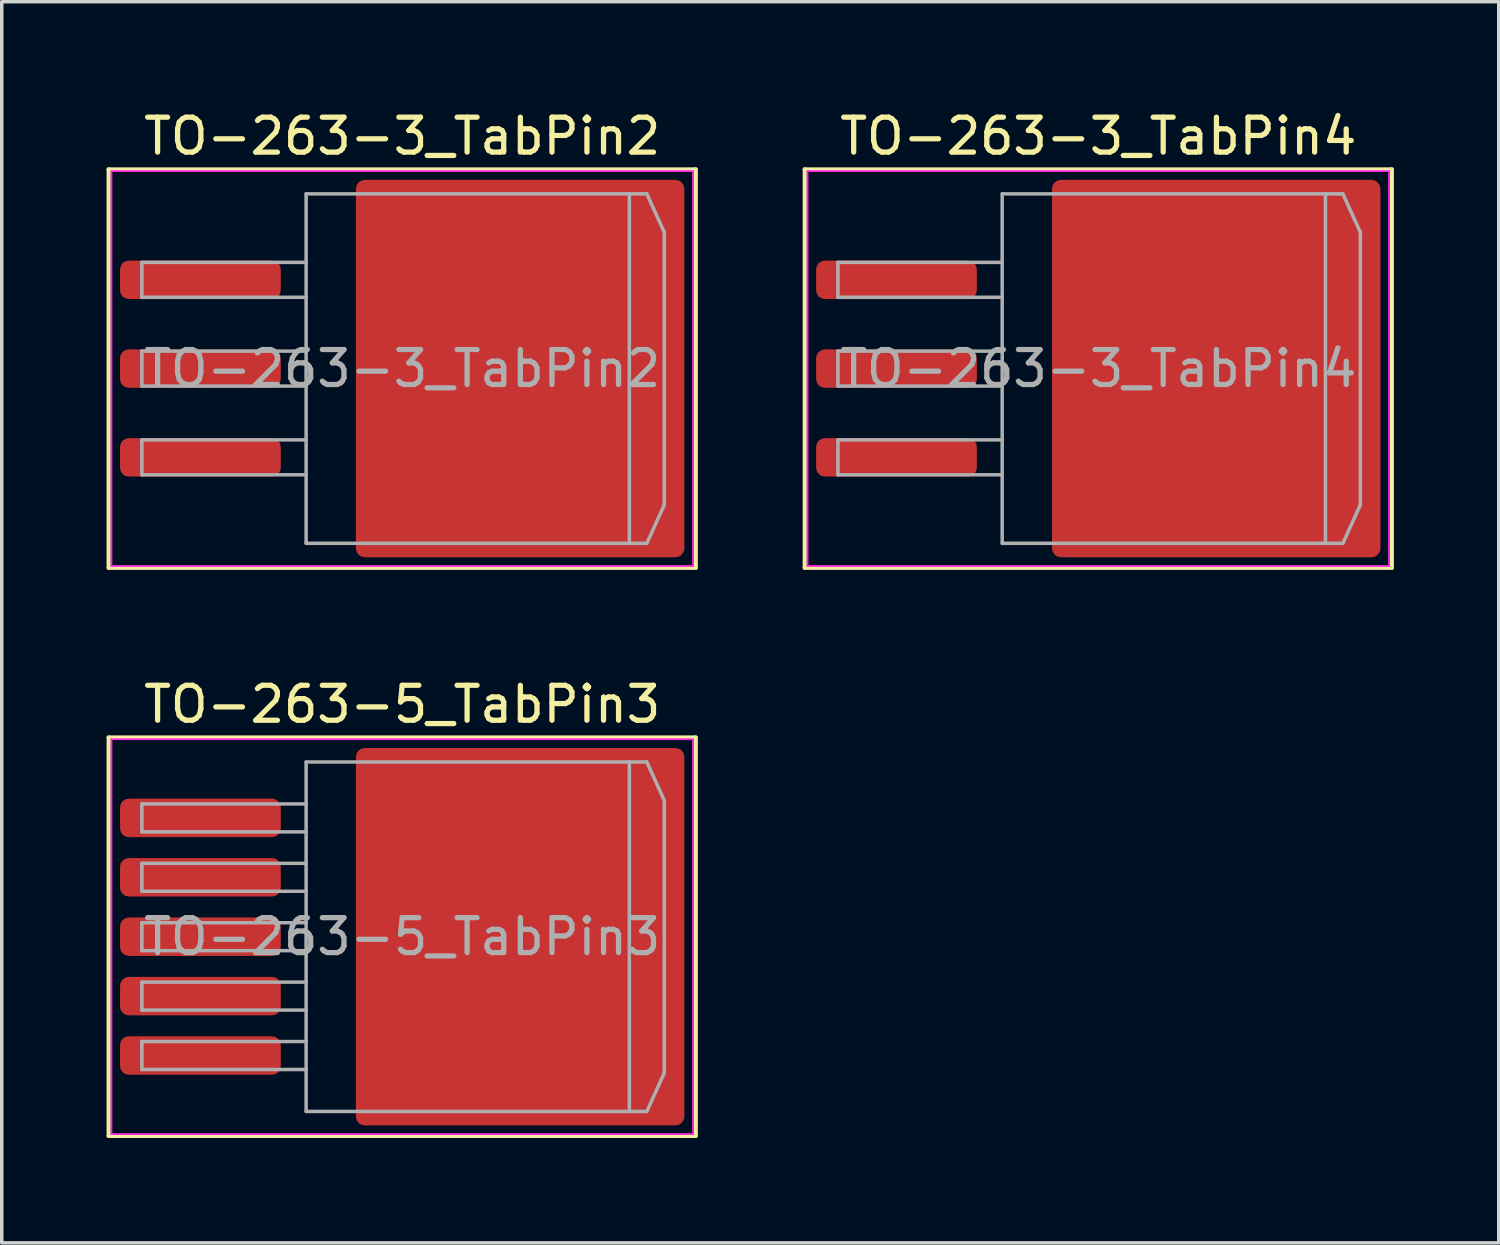
<source format=kicad_pcb>
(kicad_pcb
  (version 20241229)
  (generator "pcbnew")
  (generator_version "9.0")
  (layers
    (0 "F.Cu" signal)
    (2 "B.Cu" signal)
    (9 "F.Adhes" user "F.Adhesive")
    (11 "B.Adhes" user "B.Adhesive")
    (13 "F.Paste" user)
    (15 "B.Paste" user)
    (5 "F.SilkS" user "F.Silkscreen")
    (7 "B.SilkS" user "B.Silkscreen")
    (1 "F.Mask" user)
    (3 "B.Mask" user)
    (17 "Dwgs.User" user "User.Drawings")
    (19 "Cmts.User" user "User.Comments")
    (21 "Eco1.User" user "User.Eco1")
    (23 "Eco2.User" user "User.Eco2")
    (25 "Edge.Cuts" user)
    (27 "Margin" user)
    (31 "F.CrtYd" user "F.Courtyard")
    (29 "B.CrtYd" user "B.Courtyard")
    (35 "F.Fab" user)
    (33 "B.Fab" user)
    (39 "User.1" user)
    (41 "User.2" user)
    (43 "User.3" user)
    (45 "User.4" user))
  (footprint "TO-263-3_TabPin2"
    (layer "F.Cu")
    (at 8.46 7.498)
    (property "Reference" "TO-263-3_TabPin2" (at 0 -6.65 0) (layer "F.SilkS") (effects (font (size 1 1) (thickness 0.15))))
    (attr smd)
    (fp_line (start -8.4 -5.7) (end -8.4 5.7) (stroke (width 0.12) (type solid)) (layer "F.SilkS"))
    (fp_line (start -8.4 5.7) (end 8.4 5.7) (stroke (width 0.12) (type solid)) (layer "F.SilkS"))
    (fp_line (start 8.4 -5.7) (end -8.4 -5.7) (stroke (width 0.12) (type solid)) (layer "F.SilkS"))
    (fp_line (start 8.4 5.7) (end 8.4 -5.7) (stroke (width 0.12) (type solid)) (layer "F.SilkS"))
    (fp_line (start -8.32 -5.65) (end -8.32 5.65) (stroke (width 0.05) (type solid)) (layer "F.CrtYd"))
    (fp_line (start -8.32 5.65) (end 8.32 5.65) (stroke (width 0.05) (type solid)) (layer "F.CrtYd"))
    (fp_line (start 8.32 -5.65) (end -8.32 -5.65) (stroke (width 0.05) (type solid)) (layer "F.CrtYd"))
    (fp_line (start 8.32 5.65) (end 8.32 -5.65) (stroke (width 0.05) (type solid)) (layer "F.CrtYd"))
    (fp_line (start -7.45 -3.04) (end -7.45 -2.04) (stroke (width 0.1) (type solid)) (layer "F.Fab"))
    (fp_line (start -7.45 -2.04) (end -2.75 -2.04) (stroke (width 0.1) (type solid)) (layer "F.Fab"))
    (fp_line (start -7.45 -0.5) (end -7.45 0.5) (stroke (width 0.1) (type solid)) (layer "F.Fab"))
    (fp_line (start -7.45 0.5) (end -2.75 0.5) (stroke (width 0.1) (type solid)) (layer "F.Fab"))
    (fp_line (start -7.45 2.04) (end -7.45 3.04) (stroke (width 0.1) (type solid)) (layer "F.Fab"))
    (fp_line (start -7.45 3.04) (end -2.75 3.04) (stroke (width 0.1) (type solid)) (layer "F.Fab"))
    (fp_line (start -2.75 -5) (end 6.5 -5) (stroke (width 0.1) (type solid)) (layer "F.Fab"))
    (fp_line (start -2.75 -3.04) (end -7.45 -3.04) (stroke (width 0.1) (type solid)) (layer "F.Fab"))
    (fp_line (start -2.75 -0.5) (end -7.45 -0.5) (stroke (width 0.1) (type solid)) (layer "F.Fab"))
    (fp_line (start -2.75 2.04) (end -7.45 2.04) (stroke (width 0.1) (type solid)) (layer "F.Fab"))
    (fp_line (start -2.75 5) (end -2.75 -5) (stroke (width 0.1) (type solid)) (layer "F.Fab"))
    (fp_line (start 6.5 -5) (end 6.5 5) (stroke (width 0.1) (type solid)) (layer "F.Fab"))
    (fp_line (start 6.5 -5) (end 7 -5) (stroke (width 0.1) (type solid)) (layer "F.Fab"))
    (fp_line (start 6.5 5) (end -2.75 5) (stroke (width 0.1) (type solid)) (layer "F.Fab"))
    (fp_line (start 6.5 5) (end 7 5) (stroke (width 0.1) (type solid)) (layer "F.Fab"))
    (fp_line (start 7 -5) (end 7.5 -3.9) (stroke (width 0.1) (type solid)) (layer "F.Fab"))
    (fp_line (start 7 5) (end 7.5 3.9) (stroke (width 0.1) (type solid)) (layer "F.Fab"))
    (fp_line (start 7.5 -3.9) (end 7.5 3.9) (stroke (width 0.1) (type solid)) (layer "F.Fab"))
    (fp_text user "${REFERENCE}" (at 0 0 0) (layer "F.Fab") (effects (font (size 1 1) (thickness 0.15))))
    (pad "" smd roundrect (at -0.1 -3.9) (size 2 2.3) (layers "F.Paste") (roundrect_rratio 0.125))
    (pad "" smd roundrect (at -0.1 -1.3) (size 2 2.3) (layers "F.Paste") (roundrect_rratio 0.125))
    (pad "" smd roundrect (at -0.1 1.3) (size 2 2.3) (layers "F.Paste") (roundrect_rratio 0.125))
    (pad "" smd roundrect (at -0.1 3.9) (size 2 2.3) (layers "F.Paste") (roundrect_rratio 0.125))
    (pad "" smd roundrect (at 2.2 -3.9) (size 2 2.3) (layers "F.Paste") (roundrect_rratio 0.125))
    (pad "" smd roundrect (at 2.2 -1.3) (size 2 2.3) (layers "F.Paste") (roundrect_rratio 0.125))
    (pad "" smd roundrect (at 2.2 1.3) (size 2 2.3) (layers "F.Paste") (roundrect_rratio 0.125))
    (pad "" smd roundrect (at 2.2 3.9) (size 2 2.3) (layers "F.Paste") (roundrect_rratio 0.125))
    (pad "" smd roundrect (at 4.5 -3.9) (size 2 2.3) (layers "F.Paste") (roundrect_rratio 0.125))
    (pad "" smd roundrect (at 4.5 -1.3) (size 2 2.3) (layers "F.Paste") (roundrect_rratio 0.125))
    (pad "" smd roundrect (at 4.5 1.3) (size 2 2.3) (layers "F.Paste") (roundrect_rratio 0.125))
    (pad "" smd roundrect (at 4.5 3.9) (size 2 2.3) (layers "F.Paste") (roundrect_rratio 0.125))
    (pad "" smd roundrect (at 6.8 -3.9) (size 2 2.3) (layers "F.Paste") (roundrect_rratio 0.125))
    (pad "" smd roundrect (at 6.8 -1.3) (size 2 2.3) (layers "F.Paste") (roundrect_rratio 0.125))
    (pad "" smd roundrect (at 6.8 1.3) (size 2 2.3) (layers "F.Paste") (roundrect_rratio 0.125))
    (pad "" smd roundrect (at 6.8 3.9) (size 2 2.3) (layers "F.Paste") (roundrect_rratio 0.125))
    (pad "1" smd roundrect (at -5.775 -2.54) (size 4.6 1.1) (layers "F.Cu" "F.Mask" "F.Paste") (roundrect_rratio 0.227))
    (pad "2" smd roundrect (at -5.775 0) (size 4.6 1.1) (layers "F.Cu" "F.Mask" "F.Paste") (roundrect_rratio 0.227))
    (pad "2" smd roundrect (at 3.375 0) (size 9.4 10.8) (layers "F.Cu" "F.Mask") (roundrect_rratio 0.027))
    (pad "3" smd roundrect (at -5.775 2.54) (size 4.6 1.1) (layers "F.Cu" "F.Mask" "F.Paste") (roundrect_rratio 0.227)))
  (footprint "TO-263-3_TabPin4"
    (layer "F.Cu")
    (at 28.38 7.498)
    (property "Reference" "TO-263-3_TabPin4" (at 0 -6.65 0) (layer "F.SilkS") (effects (font (size 1 1) (thickness 0.15))))
    (attr smd)
    (fp_line (start -8.4 -5.7) (end -8.4 5.7) (stroke (width 0.12) (type solid)) (layer "F.SilkS"))
    (fp_line (start -8.4 5.7) (end 8.4 5.7) (stroke (width 0.12) (type solid)) (layer "F.SilkS"))
    (fp_line (start 8.4 -5.7) (end -8.4 -5.7) (stroke (width 0.12) (type solid)) (layer "F.SilkS"))
    (fp_line (start 8.4 5.7) (end 8.4 -5.7) (stroke (width 0.12) (type solid)) (layer "F.SilkS"))
    (fp_line (start -8.32 -5.65) (end -8.32 5.65) (stroke (width 0.05) (type solid)) (layer "F.CrtYd"))
    (fp_line (start -8.32 5.65) (end 8.32 5.65) (stroke (width 0.05) (type solid)) (layer "F.CrtYd"))
    (fp_line (start 8.32 -5.65) (end -8.32 -5.65) (stroke (width 0.05) (type solid)) (layer "F.CrtYd"))
    (fp_line (start 8.32 5.65) (end 8.32 -5.65) (stroke (width 0.05) (type solid)) (layer "F.CrtYd"))
    (fp_line (start -7.45 -3.04) (end -7.45 -2.04) (stroke (width 0.1) (type solid)) (layer "F.Fab"))
    (fp_line (start -7.45 -2.04) (end -2.75 -2.04) (stroke (width 0.1) (type solid)) (layer "F.Fab"))
    (fp_line (start -7.45 -0.5) (end -7.45 0.5) (stroke (width 0.1) (type solid)) (layer "F.Fab"))
    (fp_line (start -7.45 0.5) (end -2.75 0.5) (stroke (width 0.1) (type solid)) (layer "F.Fab"))
    (fp_line (start -7.45 2.04) (end -7.45 3.04) (stroke (width 0.1) (type solid)) (layer "F.Fab"))
    (fp_line (start -7.45 3.04) (end -2.75 3.04) (stroke (width 0.1) (type solid)) (layer "F.Fab"))
    (fp_line (start -2.75 -5) (end 6.5 -5) (stroke (width 0.1) (type solid)) (layer "F.Fab"))
    (fp_line (start -2.75 -3.04) (end -7.45 -3.04) (stroke (width 0.1) (type solid)) (layer "F.Fab"))
    (fp_line (start -2.75 -0.5) (end -7.45 -0.5) (stroke (width 0.1) (type solid)) (layer "F.Fab"))
    (fp_line (start -2.75 2.04) (end -7.45 2.04) (stroke (width 0.1) (type solid)) (layer "F.Fab"))
    (fp_line (start -2.75 5) (end -2.75 -5) (stroke (width 0.1) (type solid)) (layer "F.Fab"))
    (fp_line (start 6.5 -5) (end 6.5 5) (stroke (width 0.1) (type solid)) (layer "F.Fab"))
    (fp_line (start 6.5 -5) (end 7 -5) (stroke (width 0.1) (type solid)) (layer "F.Fab"))
    (fp_line (start 6.5 5) (end -2.75 5) (stroke (width 0.1) (type solid)) (layer "F.Fab"))
    (fp_line (start 6.5 5) (end 7 5) (stroke (width 0.1) (type solid)) (layer "F.Fab"))
    (fp_line (start 7 -5) (end 7.5 -3.9) (stroke (width 0.1) (type solid)) (layer "F.Fab"))
    (fp_line (start 7 5) (end 7.5 3.9) (stroke (width 0.1) (type solid)) (layer "F.Fab"))
    (fp_line (start 7.5 -3.9) (end 7.5 3.9) (stroke (width 0.1) (type solid)) (layer "F.Fab"))
    (fp_text user "${REFERENCE}" (at 0 0 0) (layer "F.Fab") (effects (font (size 1 1) (thickness 0.15))))
    (pad "" smd roundrect (at -0.1 -3.9) (size 2 2.3) (layers "F.Paste") (roundrect_rratio 0.125))
    (pad "" smd roundrect (at -0.1 -1.3) (size 2 2.3) (layers "F.Paste") (roundrect_rratio 0.125))
    (pad "" smd roundrect (at -0.1 1.3) (size 2 2.3) (layers "F.Paste") (roundrect_rratio 0.125))
    (pad "" smd roundrect (at -0.1 3.9) (size 2 2.3) (layers "F.Paste") (roundrect_rratio 0.125))
    (pad "" smd roundrect (at 2.2 -3.9) (size 2 2.3) (layers "F.Paste") (roundrect_rratio 0.125))
    (pad "" smd roundrect (at 2.2 -1.3) (size 2 2.3) (layers "F.Paste") (roundrect_rratio 0.125))
    (pad "" smd roundrect (at 2.2 1.3) (size 2 2.3) (layers "F.Paste") (roundrect_rratio 0.125))
    (pad "" smd roundrect (at 2.2 3.9) (size 2 2.3) (layers "F.Paste") (roundrect_rratio 0.125))
    (pad "" smd roundrect (at 4.5 -3.9) (size 2 2.3) (layers "F.Paste") (roundrect_rratio 0.125))
    (pad "" smd roundrect (at 4.5 -1.3) (size 2 2.3) (layers "F.Paste") (roundrect_rratio 0.125))
    (pad "" smd roundrect (at 4.5 1.3) (size 2 2.3) (layers "F.Paste") (roundrect_rratio 0.125))
    (pad "" smd roundrect (at 4.5 3.9) (size 2 2.3) (layers "F.Paste") (roundrect_rratio 0.125))
    (pad "" smd roundrect (at 6.8 -3.9) (size 2 2.3) (layers "F.Paste") (roundrect_rratio 0.125))
    (pad "" smd roundrect (at 6.8 -1.3) (size 2 2.3) (layers "F.Paste") (roundrect_rratio 0.125))
    (pad "" smd roundrect (at 6.8 1.3) (size 2 2.3) (layers "F.Paste") (roundrect_rratio 0.125))
    (pad "" smd roundrect (at 6.8 3.9) (size 2 2.3) (layers "F.Paste") (roundrect_rratio 0.125))
    (pad "1" smd roundrect (at -5.775 -2.54) (size 4.6 1.1) (layers "F.Cu" "F.Mask" "F.Paste") (roundrect_rratio 0.227))
    (pad "2" smd roundrect (at -5.775 0) (size 4.6 1.1) (layers "F.Cu" "F.Mask" "F.Paste") (roundrect_rratio 0.227))
    (pad "3" smd roundrect (at -5.775 2.54) (size 4.6 1.1) (layers "F.Cu" "F.Mask" "F.Paste") (roundrect_rratio 0.227))
    (pad "4" smd roundrect (at 3.375 0) (size 9.4 10.8) (layers "F.Cu" "F.Mask") (roundrect_rratio 0.027)))
  (footprint "TO-263-5_TabPin3"
    (layer "F.Cu")
    (at 8.46 23.756)
    (property "Reference" "TO-263-5_TabPin3" (at 0 -6.65 0) (layer "F.SilkS") (effects (font (size 1 1) (thickness 0.15))))
    (attr smd)
    (fp_line (start -8.4 -5.7) (end -8.4 5.7) (stroke (width 0.12) (type solid)) (layer "F.SilkS"))
    (fp_line (start -8.4 5.7) (end 8.4 5.7) (stroke (width 0.12) (type solid)) (layer "F.SilkS"))
    (fp_line (start 8.4 -5.7) (end -8.4 -5.7) (stroke (width 0.12) (type solid)) (layer "F.SilkS"))
    (fp_line (start 8.4 5.7) (end 8.4 -5.7) (stroke (width 0.12) (type solid)) (layer "F.SilkS"))
    (fp_line (start -8.32 -5.65) (end -8.32 5.65) (stroke (width 0.05) (type solid)) (layer "F.CrtYd"))
    (fp_line (start -8.32 5.65) (end 8.32 5.65) (stroke (width 0.05) (type solid)) (layer "F.CrtYd"))
    (fp_line (start 8.32 -5.65) (end -8.32 -5.65) (stroke (width 0.05) (type solid)) (layer "F.CrtYd"))
    (fp_line (start 8.32 5.65) (end 8.32 -5.65) (stroke (width 0.05) (type solid)) (layer "F.CrtYd"))
    (fp_line (start -7.45 -3.8) (end -7.45 -3) (stroke (width 0.1) (type solid)) (layer "F.Fab"))
    (fp_line (start -7.45 -3) (end -2.75 -3) (stroke (width 0.1) (type solid)) (layer "F.Fab"))
    (fp_line (start -7.45 -2.1) (end -7.45 -1.3) (stroke (width 0.1) (type solid)) (layer "F.Fab"))
    (fp_line (start -7.45 -1.3) (end -2.75 -1.3) (stroke (width 0.1) (type solid)) (layer "F.Fab"))
    (fp_line (start -7.45 -0.4) (end -7.45 0.4) (stroke (width 0.1) (type solid)) (layer "F.Fab"))
    (fp_line (start -7.45 0.4) (end -2.75 0.4) (stroke (width 0.1) (type solid)) (layer "F.Fab"))
    (fp_line (start -7.45 1.3) (end -7.45 2.1) (stroke (width 0.1) (type solid)) (layer "F.Fab"))
    (fp_line (start -7.45 2.1) (end -2.75 2.1) (stroke (width 0.1) (type solid)) (layer "F.Fab"))
    (fp_line (start -7.45 3) (end -7.45 3.8) (stroke (width 0.1) (type solid)) (layer "F.Fab"))
    (fp_line (start -7.45 3.8) (end -2.75 3.8) (stroke (width 0.1) (type solid)) (layer "F.Fab"))
    (fp_line (start -2.75 -5) (end 6.5 -5) (stroke (width 0.1) (type solid)) (layer "F.Fab"))
    (fp_line (start -2.75 -3.8) (end -7.45 -3.8) (stroke (width 0.1) (type solid)) (layer "F.Fab"))
    (fp_line (start -2.75 -2.1) (end -7.45 -2.1) (stroke (width 0.1) (type solid)) (layer "F.Fab"))
    (fp_line (start -2.75 -0.4) (end -7.45 -0.4) (stroke (width 0.1) (type solid)) (layer "F.Fab"))
    (fp_line (start -2.75 1.3) (end -7.45 1.3) (stroke (width 0.1) (type solid)) (layer "F.Fab"))
    (fp_line (start -2.75 3) (end -7.45 3) (stroke (width 0.1) (type solid)) (layer "F.Fab"))
    (fp_line (start -2.75 5) (end -2.75 -5) (stroke (width 0.1) (type solid)) (layer "F.Fab"))
    (fp_line (start 6.5 -5) (end 6.5 5) (stroke (width 0.1) (type solid)) (layer "F.Fab"))
    (fp_line (start 6.5 -5) (end 7 -5) (stroke (width 0.1) (type solid)) (layer "F.Fab"))
    (fp_line (start 6.5 5) (end -2.75 5) (stroke (width 0.1) (type solid)) (layer "F.Fab"))
    (fp_line (start 6.5 5) (end 7 5) (stroke (width 0.1) (type solid)) (layer "F.Fab"))
    (fp_line (start 7 -5) (end 7.5 -3.9) (stroke (width 0.1) (type solid)) (layer "F.Fab"))
    (fp_line (start 7 5) (end 7.5 3.9) (stroke (width 0.1) (type solid)) (layer "F.Fab"))
    (fp_line (start 7.5 -3.9) (end 7.5 3.9) (stroke (width 0.1) (type solid)) (layer "F.Fab"))
    (fp_text user "${REFERENCE}" (at 0 0 0) (layer "F.Fab") (effects (font (size 1 1) (thickness 0.15))))
    (pad "" smd roundrect (at -0.1 -3.9) (size 2 2.3) (layers "F.Paste") (roundrect_rratio 0.125))
    (pad "" smd roundrect (at -0.1 -1.3) (size 2 2.3) (layers "F.Paste") (roundrect_rratio 0.125))
    (pad "" smd roundrect (at -0.1 1.3) (size 2 2.3) (layers "F.Paste") (roundrect_rratio 0.125))
    (pad "" smd roundrect (at -0.1 3.9) (size 2 2.3) (layers "F.Paste") (roundrect_rratio 0.125))
    (pad "" smd roundrect (at 2.2 -3.9) (size 2 2.3) (layers "F.Paste") (roundrect_rratio 0.125))
    (pad "" smd roundrect (at 2.2 -1.3) (size 2 2.3) (layers "F.Paste") (roundrect_rratio 0.125))
    (pad "" smd roundrect (at 2.2 1.3) (size 2 2.3) (layers "F.Paste") (roundrect_rratio 0.125))
    (pad "" smd roundrect (at 2.2 3.9) (size 2 2.3) (layers "F.Paste") (roundrect_rratio 0.125))
    (pad "" smd roundrect (at 4.5 -3.9) (size 2 2.3) (layers "F.Paste") (roundrect_rratio 0.125))
    (pad "" smd roundrect (at 4.5 -1.3) (size 2 2.3) (layers "F.Paste") (roundrect_rratio 0.125))
    (pad "" smd roundrect (at 4.5 1.3) (size 2 2.3) (layers "F.Paste") (roundrect_rratio 0.125))
    (pad "" smd roundrect (at 4.5 3.9) (size 2 2.3) (layers "F.Paste") (roundrect_rratio 0.125))
    (pad "" smd roundrect (at 6.8 -3.9) (size 2 2.3) (layers "F.Paste") (roundrect_rratio 0.125))
    (pad "" smd roundrect (at 6.8 -1.3) (size 2 2.3) (layers "F.Paste") (roundrect_rratio 0.125))
    (pad "" smd roundrect (at 6.8 1.3) (size 2 2.3) (layers "F.Paste") (roundrect_rratio 0.125))
    (pad "" smd roundrect (at 6.8 3.9) (size 2 2.3) (layers "F.Paste") (roundrect_rratio 0.125))
    (pad "1" smd roundrect (at -5.775 -3.4) (size 4.6 1.1) (layers "F.Cu" "F.Mask" "F.Paste") (roundrect_rratio 0.227))
    (pad "2" smd roundrect (at -5.775 -1.7) (size 4.6 1.1) (layers "F.Cu" "F.Mask" "F.Paste") (roundrect_rratio 0.227))
    (pad "3" smd roundrect (at -5.775 0) (size 4.6 1.1) (layers "F.Cu" "F.Mask" "F.Paste") (roundrect_rratio 0.227))
    (pad "3" smd roundrect (at 3.375 0) (size 9.4 10.8) (layers "F.Cu" "F.Mask") (roundrect_rratio 0.027))
    (pad "4" smd roundrect (at -5.775 1.7) (size 4.6 1.1) (layers "F.Cu" "F.Mask" "F.Paste") (roundrect_rratio 0.227))
    (pad "5" smd roundrect (at -5.775 3.4) (size 4.6 1.1) (layers "F.Cu" "F.Mask" "F.Paste") (roundrect_rratio 0.227)))
  (gr_rect
    (start -3 -3)
    (end 39.84 32.517)
    (stroke (width 0.1) (type default))
    (fill no)
    (layer "Edge.Cuts")))
</source>
